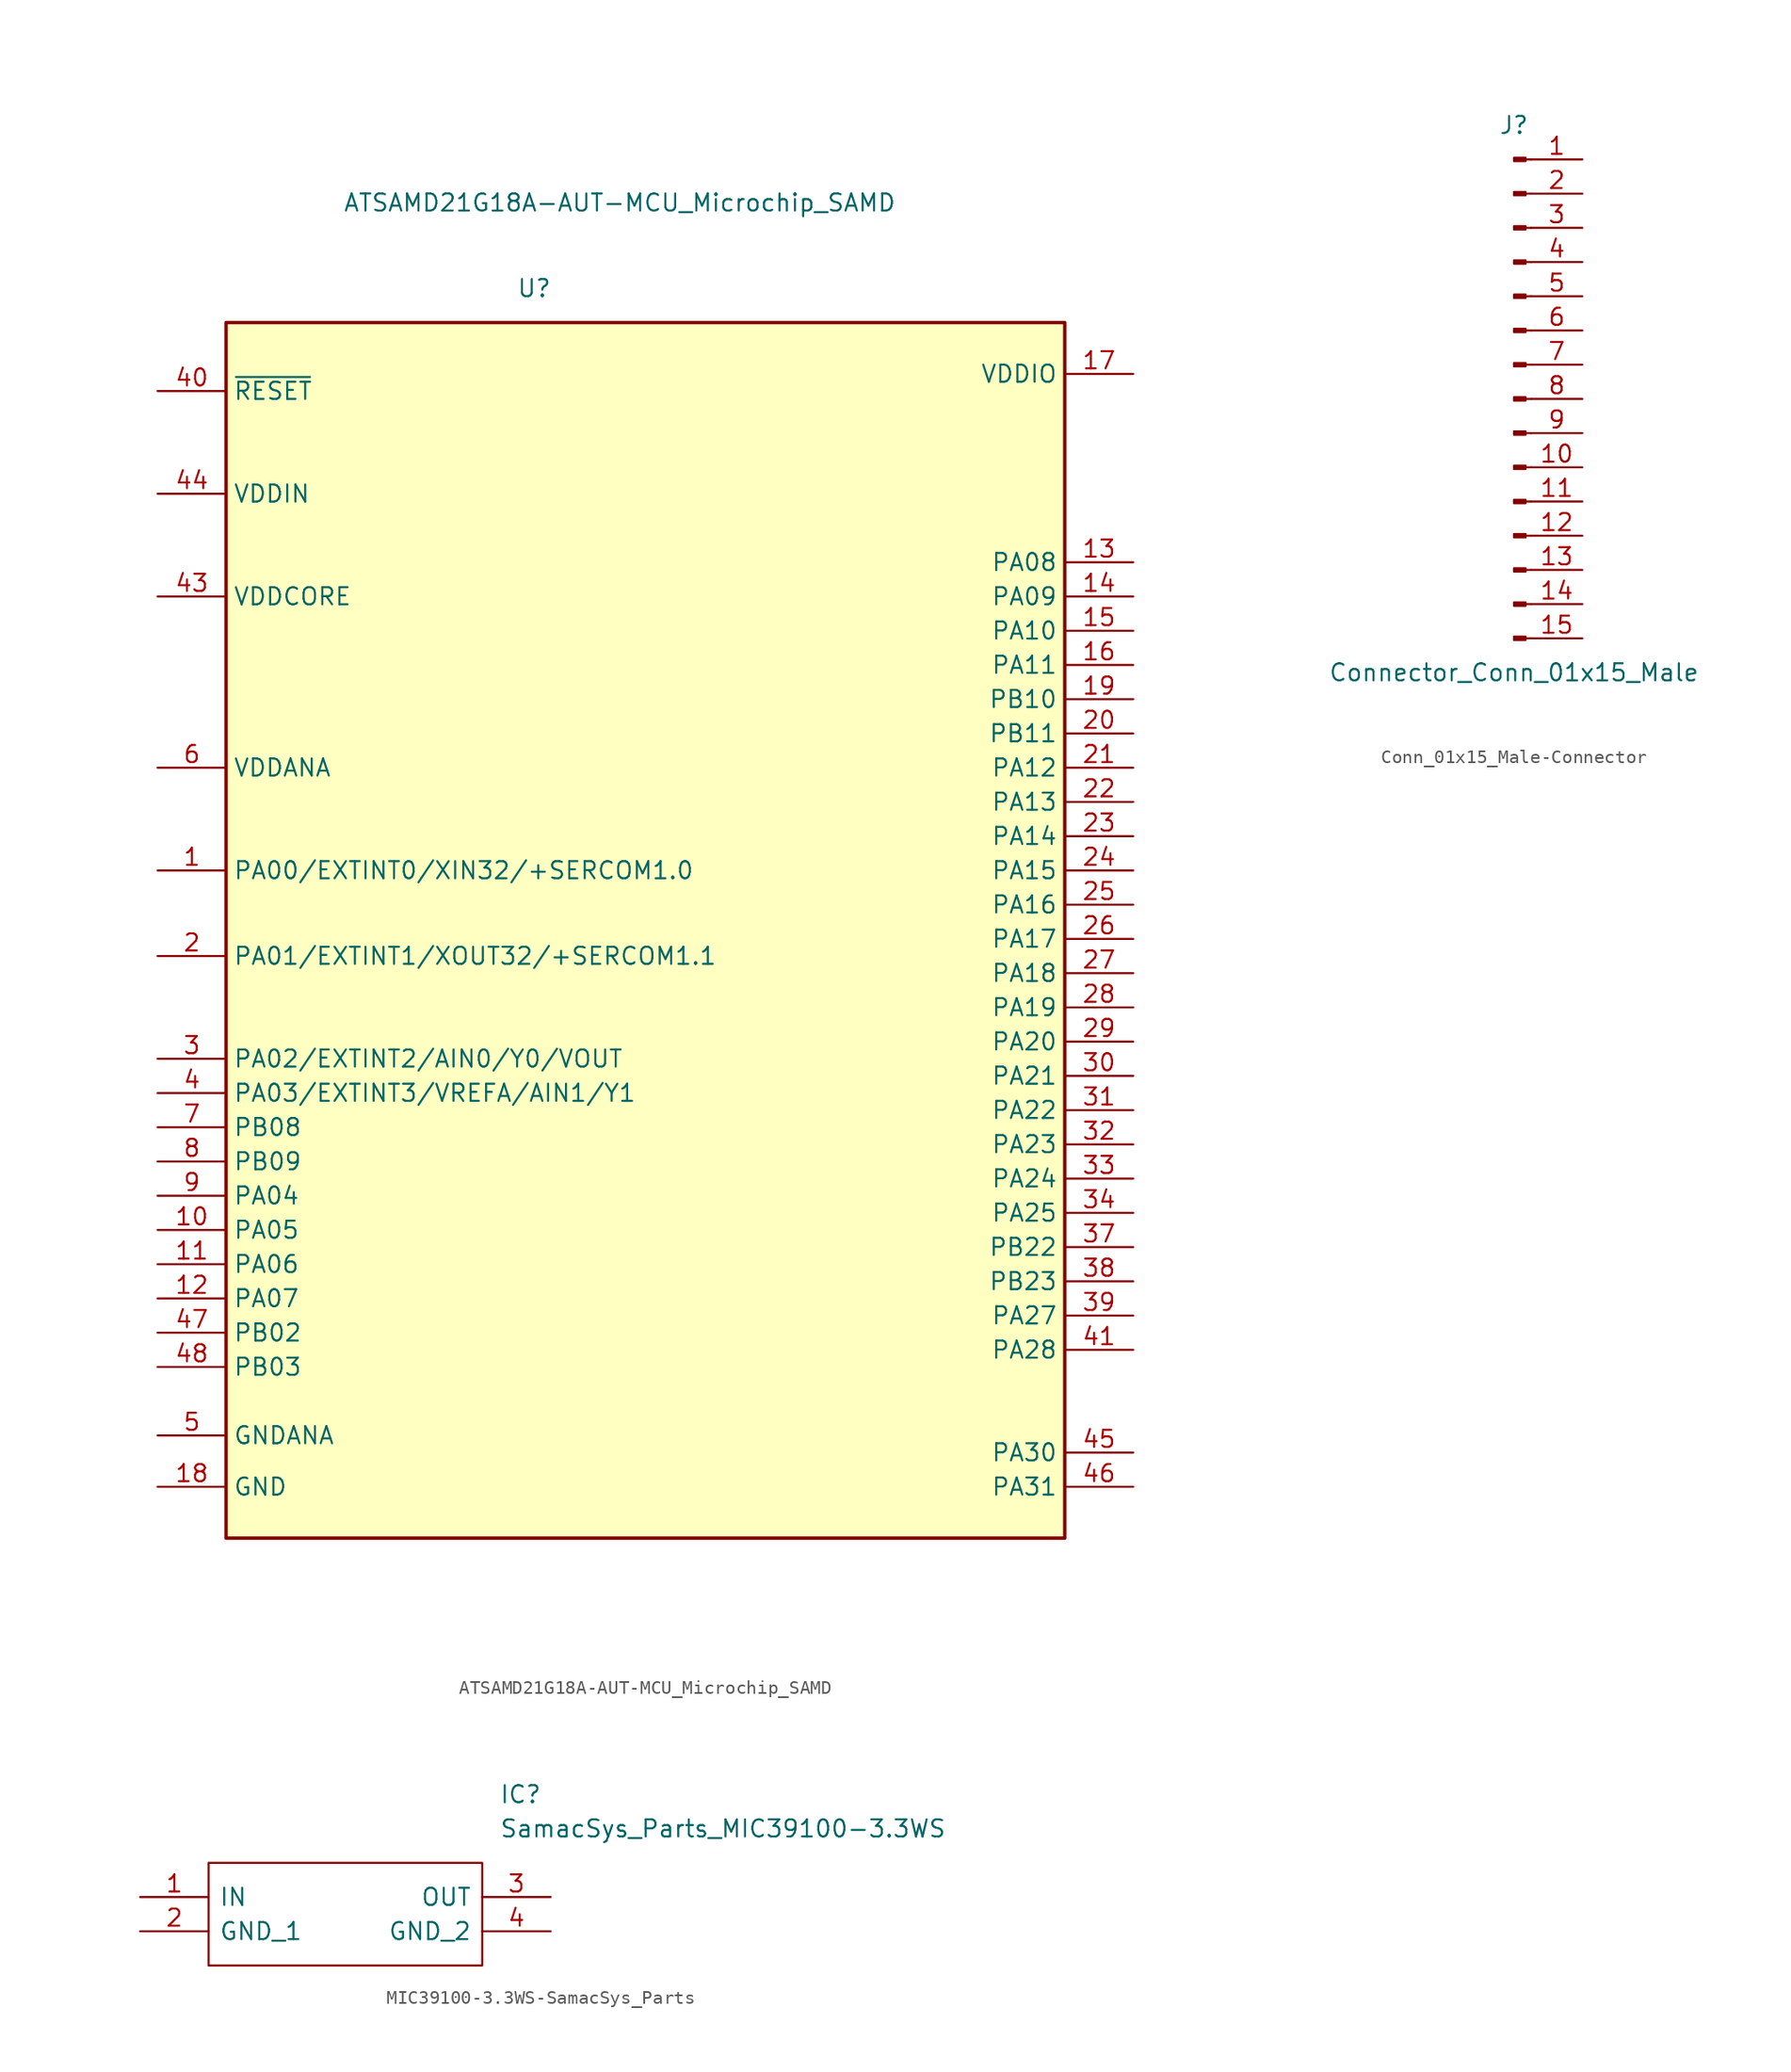
<source format=kicad_sym>
(kicad_symbol_lib
  (version 20220914)
  (generator kicad_symbol_editor)
  (symbol "ATSAMD21G18A-AUT-MCU_Microchip_SAMD"
    (property "Reference" "U"
      (at 2.54 45.72 0)
      (effects (font (size 1.27 1.27))))
    (property "Value" "ATSAMD21G18A-AUT-MCU_Microchip_SAMD"
      (at 8.89 52.07 0)
      (effects (font (size 1.27 1.27))))
    (symbol "ATSAMD21G18A-AUT-MCU_Microchip_SAMD_0_1"
      (rectangle (start -20.32 43.18) (end 41.91 -46.99) (stroke (width 0.254) (type solid)) (fill (type background))))
    (symbol "ATSAMD21G18A-AUT-MCU_Microchip_SAMD_1_1"
      (pin bidirectional line (at -25.4 2.54 0) (length 5.08) (name "PA00/EXTINT0/XIN32/+SERCOM1.0" (effects (font (size 1.27 1.27)))) (number "1" (effects (font (size 1.27 1.27)))))
      (pin bidirectional line (at -25.4 -24.13 0) (length 5.08) (name "PA05" (effects (font (size 1.27 1.27)))) (number "10" (effects (font (size 1.27 1.27)))))
      (pin bidirectional line (at -25.4 -26.67 0) (length 5.08) (name "PA06" (effects (font (size 1.27 1.27)))) (number "11" (effects (font (size 1.27 1.27)))))
      (pin bidirectional line (at -25.4 -29.21 0) (length 5.08) (name "PA07" (effects (font (size 1.27 1.27)))) (number "12" (effects (font (size 1.27 1.27)))))
      (pin bidirectional line (at 46.99 25.4 180) (length 5.08) (name "PA08" (effects (font (size 1.27 1.27)))) (number "13" (effects (font (size 1.27 1.27)))))
      (pin bidirectional line (at 46.99 22.86 180) (length 5.08) (name "PA09" (effects (font (size 1.27 1.27)))) (number "14" (effects (font (size 1.27 1.27)))))
      (pin bidirectional line (at 46.99 20.32 180) (length 5.08) (name "PA10" (effects (font (size 1.27 1.27)))) (number "15" (effects (font (size 1.27 1.27)))))
      (pin bidirectional line (at 46.99 17.78 180) (length 5.08) (name "PA11" (effects (font (size 1.27 1.27)))) (number "16" (effects (font (size 1.27 1.27)))))
      (pin power_in line (at 46.99 39.37 180) (length 5.08) (name "VDDIO" (effects (font (size 1.27 1.27)))) (number "17" (effects (font (size 1.27 1.27)))))
      (pin power_in line (at -25.4 -43.18 0) (length 5.08) (name "GND" (effects (font (size 1.27 1.27)))) (number "18" (effects (font (size 1.27 1.27)))))
      (pin bidirectional line (at 46.99 15.24 180) (length 5.08) (name "PB10" (effects (font (size 1.27 1.27)))) (number "19" (effects (font (size 1.27 1.27)))))
      (pin bidirectional line (at -25.4 -3.81 0) (length 5.08) (name "PA01/EXTINT1/XOUT32/+SERCOM1.1" (effects (font (size 1.27 1.27)))) (number "2" (effects (font (size 1.27 1.27)))))
      (pin bidirectional line (at 46.99 12.7 180) (length 5.08) (name "PB11" (effects (font (size 1.27 1.27)))) (number "20" (effects (font (size 1.27 1.27)))))
      (pin bidirectional line (at 46.99 10.16 180) (length 5.08) (name "PA12" (effects (font (size 1.27 1.27)))) (number "21" (effects (font (size 1.27 1.27)))))
      (pin bidirectional line (at 46.99 7.62 180) (length 5.08) (name "PA13" (effects (font (size 1.27 1.27)))) (number "22" (effects (font (size 1.27 1.27)))))
      (pin bidirectional line (at 46.99 5.08 180) (length 5.08) (name "PA14" (effects (font (size 1.27 1.27)))) (number "23" (effects (font (size 1.27 1.27)))))
      (pin bidirectional line (at 46.99 2.54 180) (length 5.08) (name "PA15" (effects (font (size 1.27 1.27)))) (number "24" (effects (font (size 1.27 1.27)))))
      (pin bidirectional line (at 46.99 0 180) (length 5.08) (name "PA16" (effects (font (size 1.27 1.27)))) (number "25" (effects (font (size 1.27 1.27)))))
      (pin bidirectional line (at 46.99 -2.54 180) (length 5.08) (name "PA17" (effects (font (size 1.27 1.27)))) (number "26" (effects (font (size 1.27 1.27)))))
      (pin bidirectional line (at 46.99 -5.08 180) (length 5.08) (name "PA18" (effects (font (size 1.27 1.27)))) (number "27" (effects (font (size 1.27 1.27)))))
      (pin bidirectional line (at 46.99 -7.62 180) (length 5.08) (name "PA19" (effects (font (size 1.27 1.27)))) (number "28" (effects (font (size 1.27 1.27)))))
      (pin bidirectional line (at 46.99 -10.16 180) (length 5.08) (name "PA20" (effects (font (size 1.27 1.27)))) (number "29" (effects (font (size 1.27 1.27)))))
      (pin bidirectional line (at -25.4 -11.43 0) (length 5.08) (name "PA02/EXTINT2/AIN0/Y0/VOUT" (effects (font (size 1.27 1.27)))) (number "3" (effects (font (size 1.27 1.27)))))
      (pin bidirectional line (at 46.99 -12.7 180) (length 5.08) (name "PA21" (effects (font (size 1.27 1.27)))) (number "30" (effects (font (size 1.27 1.27)))))
      (pin bidirectional line (at 46.99 -15.24 180) (length 5.08) (name "PA22" (effects (font (size 1.27 1.27)))) (number "31" (effects (font (size 1.27 1.27)))))
      (pin bidirectional line (at 46.99 -17.78 180) (length 5.08) (name "PA23" (effects (font (size 1.27 1.27)))) (number "32" (effects (font (size 1.27 1.27)))))
      (pin bidirectional line (at 46.99 -20.32 180) (length 5.08) (name "PA24" (effects (font (size 1.27 1.27)))) (number "33" (effects (font (size 1.27 1.27)))))
      (pin bidirectional line (at 46.99 -22.86 180) (length 5.08) (name "PA25" (effects (font (size 1.27 1.27)))) (number "34" (effects (font (size 1.27 1.27)))))
      (pin passive line (at -25.4 -43.18 0) (length 5.08) hide (name "GND" (effects (font (size 1.27 1.27)))) (number "35" (effects (font (size 1.27 1.27)))))
      (pin passive line (at 46.99 39.37 180) (length 5.08) hide (name "VDDIO" (effects (font (size 1.27 1.27)))) (number "36" (effects (font (size 1.27 1.27)))))
      (pin bidirectional line (at 46.99 -25.4 180) (length 5.08) (name "PB22" (effects (font (size 1.27 1.27)))) (number "37" (effects (font (size 1.27 1.27)))))
      (pin bidirectional line (at 46.99 -27.94 180) (length 5.08) (name "PB23" (effects (font (size 1.27 1.27)))) (number "38" (effects (font (size 1.27 1.27)))))
      (pin bidirectional line (at 46.99 -30.48 180) (length 5.08) (name "PA27" (effects (font (size 1.27 1.27)))) (number "39" (effects (font (size 1.27 1.27)))))
      (pin bidirectional line (at -25.4 -13.97 0) (length 5.08) (name "PA03/EXTINT3/VREFA/AIN1/Y1" (effects (font (size 1.27 1.27)))) (number "4" (effects (font (size 1.27 1.27)))))
      (pin input line (at -25.4 38.1 0) (length 5.08) (name "~{RESET}" (effects (font (size 1.27 1.27)))) (number "40" (effects (font (size 1.27 1.27)))))
      (pin bidirectional line (at 46.99 -33.02 180) (length 5.08) (name "PA28" (effects (font (size 1.27 1.27)))) (number "41" (effects (font (size 1.27 1.27)))))
      (pin passive line (at -25.4 -43.18 0) (length 5.08) hide (name "GND" (effects (font (size 1.27 1.27)))) (number "42" (effects (font (size 1.27 1.27)))))
      (pin power_out line (at -25.4 22.86 0) (length 5.08) (name "VDDCORE" (effects (font (size 1.27 1.27)))) (number "43" (effects (font (size 1.27 1.27)))))
      (pin power_in line (at -25.4 30.48 0) (length 5.08) (name "VDDIN" (effects (font (size 1.27 1.27)))) (number "44" (effects (font (size 1.27 1.27)))))
      (pin bidirectional line (at 46.99 -40.64 180) (length 5.08) (name "PA30" (effects (font (size 1.27 1.27)))) (number "45" (effects (font (size 1.27 1.27)))))
      (pin bidirectional line (at 46.99 -43.18 180) (length 5.08) (name "PA31" (effects (font (size 1.27 1.27)))) (number "46" (effects (font (size 1.27 1.27)))))
      (pin bidirectional line (at -25.4 -31.75 0) (length 5.08) (name "PB02" (effects (font (size 1.27 1.27)))) (number "47" (effects (font (size 1.27 1.27)))))
      (pin bidirectional line (at -25.4 -34.29 0) (length 5.08) (name "PB03" (effects (font (size 1.27 1.27)))) (number "48" (effects (font (size 1.27 1.27)))))
      (pin power_in line (at -25.4 -39.37 0) (length 5.08) (name "GNDANA" (effects (font (size 1.27 1.27)))) (number "5" (effects (font (size 1.27 1.27)))))
      (pin power_in line (at -25.4 10.16 0) (length 5.08) (name "VDDANA" (effects (font (size 1.27 1.27)))) (number "6" (effects (font (size 1.27 1.27)))))
      (pin bidirectional line (at -25.4 -16.51 0) (length 5.08) (name "PB08" (effects (font (size 1.27 1.27)))) (number "7" (effects (font (size 1.27 1.27)))))
      (pin bidirectional line (at -25.4 -19.05 0) (length 5.08) (name "PB09" (effects (font (size 1.27 1.27)))) (number "8" (effects (font (size 1.27 1.27)))))
      (pin bidirectional line (at -25.4 -21.59 0) (length 5.08) (name "PA04" (effects (font (size 1.27 1.27)))) (number "9" (effects (font (size 1.27 1.27)))))))
  (symbol "Conn_01x15_Male-Connector"
    (pin_names
      (offset 1.016) hide)
    (property "Reference" "J"
      (at 0 20.32 0)
      (effects (font (size 1.27 1.27))))
    (property "Value" "Connector_Conn_01x15_Male"
      (at 0 -20.32 0)
      (effects (font (size 1.27 1.27))))
    (symbol "Conn_01x15_Male-Connector_1_1"
      (polyline (pts (xy 1.27 -17.78) (xy 0.864 -17.78)) (stroke (width 0.152) (type solid)) (fill (type none)))
      (polyline (pts (xy 1.27 -15.24) (xy 0.864 -15.24)) (stroke (width 0.152) (type solid)) (fill (type none)))
      (polyline (pts (xy 1.27 -12.7) (xy 0.864 -12.7)) (stroke (width 0.152) (type solid)) (fill (type none)))
      (polyline (pts (xy 1.27 -10.16) (xy 0.864 -10.16)) (stroke (width 0.152) (type solid)) (fill (type none)))
      (polyline (pts (xy 1.27 -7.62) (xy 0.864 -7.62)) (stroke (width 0.152) (type solid)) (fill (type none)))
      (polyline (pts (xy 1.27 -5.08) (xy 0.864 -5.08)) (stroke (width 0.152) (type solid)) (fill (type none)))
      (polyline (pts (xy 1.27 -2.54) (xy 0.864 -2.54)) (stroke (width 0.152) (type solid)) (fill (type none)))
      (polyline (pts (xy 1.27 0) (xy 0.864 0)) (stroke (width 0.152) (type solid)) (fill (type none)))
      (polyline (pts (xy 1.27 2.54) (xy 0.864 2.54)) (stroke (width 0.152) (type solid)) (fill (type none)))
      (polyline (pts (xy 1.27 5.08) (xy 0.864 5.08)) (stroke (width 0.152) (type solid)) (fill (type none)))
      (polyline (pts (xy 1.27 7.62) (xy 0.864 7.62)) (stroke (width 0.152) (type solid)) (fill (type none)))
      (polyline (pts (xy 1.27 10.16) (xy 0.864 10.16)) (stroke (width 0.152) (type solid)) (fill (type none)))
      (polyline (pts (xy 1.27 12.7) (xy 0.864 12.7)) (stroke (width 0.152) (type solid)) (fill (type none)))
      (polyline (pts (xy 1.27 15.24) (xy 0.864 15.24)) (stroke (width 0.152) (type solid)) (fill (type none)))
      (polyline (pts (xy 1.27 17.78) (xy 0.864 17.78)) (stroke (width 0.152) (type solid)) (fill (type none)))
      (rectangle (start 0.864 -17.653) (end 0 -17.907) (stroke (width 0.152) (type solid)) (fill (type outline)))
      (rectangle (start 0.864 -15.113) (end 0 -15.367) (stroke (width 0.152) (type solid)) (fill (type outline)))
      (rectangle (start 0.864 -12.573) (end 0 -12.827) (stroke (width 0.152) (type solid)) (fill (type outline)))
      (rectangle (start 0.864 -10.033) (end 0 -10.287) (stroke (width 0.152) (type solid)) (fill (type outline)))
      (rectangle (start 0.864 -7.493) (end 0 -7.747) (stroke (width 0.152) (type solid)) (fill (type outline)))
      (rectangle (start 0.864 -4.953) (end 0 -5.207) (stroke (width 0.152) (type solid)) (fill (type outline)))
      (rectangle (start 0.864 -2.413) (end 0 -2.667) (stroke (width 0.152) (type solid)) (fill (type outline)))
      (rectangle (start 0.864 0.127) (end 0 -0.127) (stroke (width 0.152) (type solid)) (fill (type outline)))
      (rectangle (start 0.864 2.667) (end 0 2.413) (stroke (width 0.152) (type solid)) (fill (type outline)))
      (rectangle (start 0.864 5.207) (end 0 4.953) (stroke (width 0.152) (type solid)) (fill (type outline)))
      (rectangle (start 0.864 7.747) (end 0 7.493) (stroke (width 0.152) (type solid)) (fill (type outline)))
      (rectangle (start 0.864 10.287) (end 0 10.033) (stroke (width 0.152) (type solid)) (fill (type outline)))
      (rectangle (start 0.864 12.827) (end 0 12.573) (stroke (width 0.152) (type solid)) (fill (type outline)))
      (rectangle (start 0.864 15.367) (end 0 15.113) (stroke (width 0.152) (type solid)) (fill (type outline)))
      (rectangle (start 0.864 17.907) (end 0 17.653) (stroke (width 0.152) (type solid)) (fill (type outline)))
      (pin passive line (at 5.08 17.78 180) (length 3.81) (name "Pin_1" (effects (font (size 1.27 1.27)))) (number "1" (effects (font (size 1.27 1.27)))))
      (pin passive line (at 5.08 -5.08 180) (length 3.81) (name "Pin_10" (effects (font (size 1.27 1.27)))) (number "10" (effects (font (size 1.27 1.27)))))
      (pin passive line (at 5.08 -7.62 180) (length 3.81) (name "Pin_11" (effects (font (size 1.27 1.27)))) (number "11" (effects (font (size 1.27 1.27)))))
      (pin passive line (at 5.08 -10.16 180) (length 3.81) (name "Pin_12" (effects (font (size 1.27 1.27)))) (number "12" (effects (font (size 1.27 1.27)))))
      (pin passive line (at 5.08 -12.7 180) (length 3.81) (name "Pin_13" (effects (font (size 1.27 1.27)))) (number "13" (effects (font (size 1.27 1.27)))))
      (pin passive line (at 5.08 -15.24 180) (length 3.81) (name "Pin_14" (effects (font (size 1.27 1.27)))) (number "14" (effects (font (size 1.27 1.27)))))
      (pin passive line (at 5.08 -17.78 180) (length 3.81) (name "Pin_15" (effects (font (size 1.27 1.27)))) (number "15" (effects (font (size 1.27 1.27)))))
      (pin passive line (at 5.08 15.24 180) (length 3.81) (name "Pin_2" (effects (font (size 1.27 1.27)))) (number "2" (effects (font (size 1.27 1.27)))))
      (pin passive line (at 5.08 12.7 180) (length 3.81) (name "Pin_3" (effects (font (size 1.27 1.27)))) (number "3" (effects (font (size 1.27 1.27)))))
      (pin passive line (at 5.08 10.16 180) (length 3.81) (name "Pin_4" (effects (font (size 1.27 1.27)))) (number "4" (effects (font (size 1.27 1.27)))))
      (pin passive line (at 5.08 7.62 180) (length 3.81) (name "Pin_5" (effects (font (size 1.27 1.27)))) (number "5" (effects (font (size 1.27 1.27)))))
      (pin passive line (at 5.08 5.08 180) (length 3.81) (name "Pin_6" (effects (font (size 1.27 1.27)))) (number "6" (effects (font (size 1.27 1.27)))))
      (pin passive line (at 5.08 2.54 180) (length 3.81) (name "Pin_7" (effects (font (size 1.27 1.27)))) (number "7" (effects (font (size 1.27 1.27)))))
      (pin passive line (at 5.08 0 180) (length 3.81) (name "Pin_8" (effects (font (size 1.27 1.27)))) (number "8" (effects (font (size 1.27 1.27)))))
      (pin passive line (at 5.08 -2.54 180) (length 3.81) (name "Pin_9" (effects (font (size 1.27 1.27)))) (number "9" (effects (font (size 1.27 1.27)))))))
  (symbol "MIC39100-3.3WS-SamacSys_Parts"
    (pin_names
      (offset 0.762))
    (property "Reference" "IC"
      (at 26.67 7.62 0)
      (effects (font (size 1.27 1.27)) (justify left)))
    (property "Value" "SamacSys_Parts_MIC39100-3.3WS"
      (at 26.67 5.08 0)
      (effects (font (size 1.27 1.27)) (justify left)))
    (symbol "MIC39100-3.3WS-SamacSys_Parts_0_0"
      (pin bidirectional line (at 0 0 0) (length 5.08) (name "IN" (effects (font (size 1.27 1.27)))) (number "1" (effects (font (size 1.27 1.27)))))
      (pin bidirectional line (at 0 -2.54 0) (length 5.08) (name "GND_1" (effects (font (size 1.27 1.27)))) (number "2" (effects (font (size 1.27 1.27)))))
      (pin bidirectional line (at 30.48 0 180) (length 5.08) (name "OUT" (effects (font (size 1.27 1.27)))) (number "3" (effects (font (size 1.27 1.27)))))
      (pin bidirectional line (at 30.48 -2.54 180) (length 5.08) (name "GND_2" (effects (font (size 1.27 1.27)))) (number "4" (effects (font (size 1.27 1.27))))))
    (symbol "MIC39100-3.3WS-SamacSys_Parts_0_1"
      (polyline (pts (xy 5.08 2.54) (xy 25.4 2.54) (xy 25.4 -5.08) (xy 5.08 -5.08) (xy 5.08 2.54)) (stroke (width 0.152) (type solid)) (fill (type none))))))
</source>
